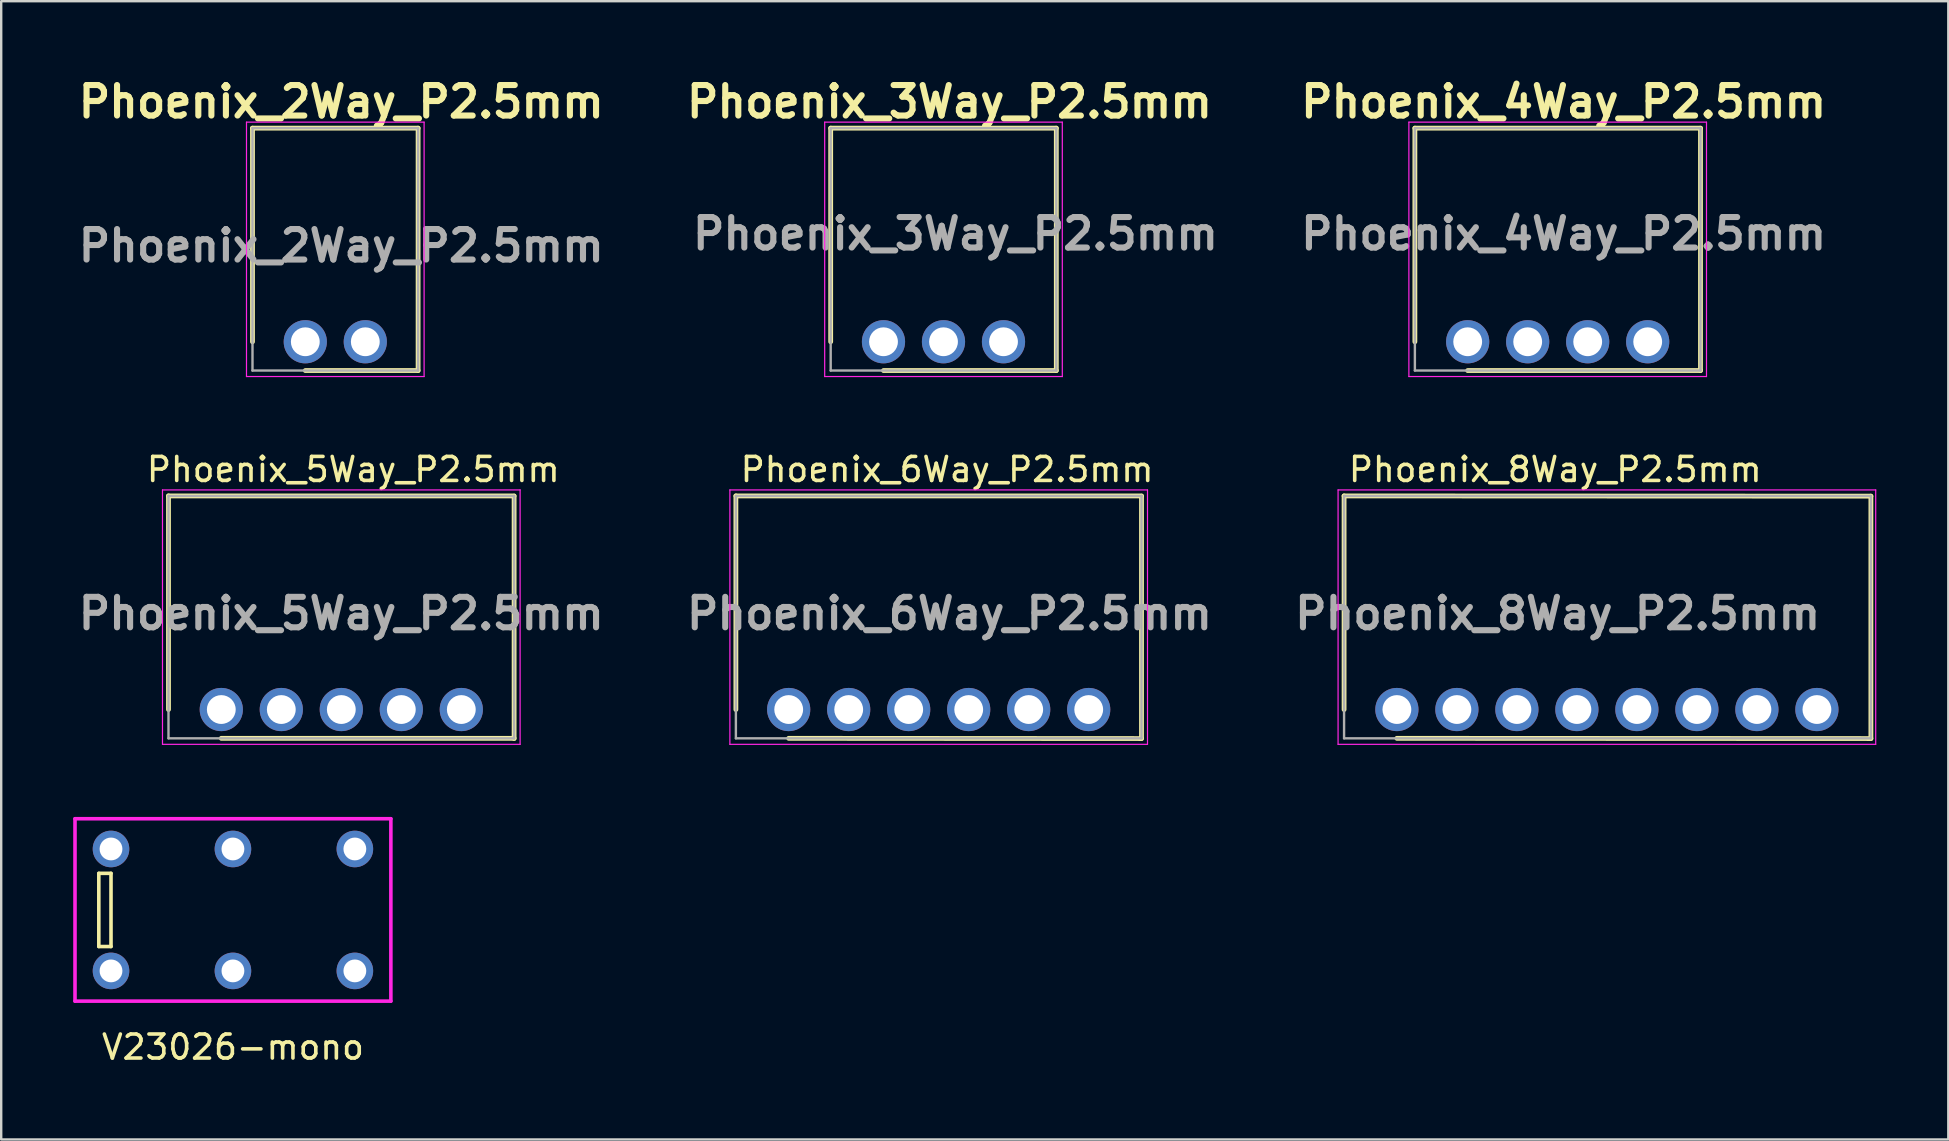
<source format=kicad_pcb>
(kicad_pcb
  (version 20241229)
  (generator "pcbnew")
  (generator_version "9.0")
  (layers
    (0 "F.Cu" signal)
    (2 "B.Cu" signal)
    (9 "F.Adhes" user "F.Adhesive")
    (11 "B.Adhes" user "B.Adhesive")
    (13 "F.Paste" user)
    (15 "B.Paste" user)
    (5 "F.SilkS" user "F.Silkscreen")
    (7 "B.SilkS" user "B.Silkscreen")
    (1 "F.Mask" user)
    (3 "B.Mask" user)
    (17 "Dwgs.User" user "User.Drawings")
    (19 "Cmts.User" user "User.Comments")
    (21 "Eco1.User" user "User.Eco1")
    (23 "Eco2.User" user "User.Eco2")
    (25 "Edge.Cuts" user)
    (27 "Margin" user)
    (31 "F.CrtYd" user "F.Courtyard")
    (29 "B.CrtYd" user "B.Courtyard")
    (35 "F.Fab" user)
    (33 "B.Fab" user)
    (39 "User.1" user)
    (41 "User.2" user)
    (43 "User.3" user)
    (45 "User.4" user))
  (footprint "Phoenix_6Way_P2.5mm"
    (layer "F.Cu")
    (at 29.81 26.512)
    (property "Reference" "Phoenix_6Way_P2.5mm" (at 6.6 -10 0) (layer "F.SilkS") (effects (font (size 1 1) (thickness 0.15))))
    (attr through_hole)
    (fp_line (start -2.2 -8.9) (end -2.2 0) (stroke (width 0.2) (type solid)) (layer "F.SilkS"))
    (fp_line (start 0 1.2) (end 14.7 1.21) (stroke (width 0.2) (type solid)) (layer "F.SilkS"))
    (fp_line (start 14.7 -8.9) (end -2.2 -8.9) (stroke (width 0.2) (type solid)) (layer "F.SilkS"))
    (fp_line (start 14.7 1.21) (end 14.7 -8.89) (stroke (width 0.2) (type solid)) (layer "F.SilkS"))
    (fp_line (start -2.45 -9.15) (end 14.95 -9.15) (stroke (width 0.05) (type solid)) (layer "F.CrtYd"))
    (fp_line (start -2.45 1.45) (end -2.45 -9.15) (stroke (width 0.05) (type solid)) (layer "F.CrtYd"))
    (fp_line (start 14.95 -9.15) (end 14.95 1.45) (stroke (width 0.05) (type solid)) (layer "F.CrtYd"))
    (fp_line (start 14.95 1.45) (end -2.45 1.45) (stroke (width 0.05) (type solid)) (layer "F.CrtYd"))
    (fp_line (start -2.2 -8.9) (end 14.7 -8.9) (stroke (width 0.1) (type solid)) (layer "F.Fab"))
    (fp_line (start -2.2 1.2) (end -2.2 -8.9) (stroke (width 0.1) (type solid)) (layer "F.Fab"))
    (fp_line (start 14.7 -8.9) (end 14.7 1.2) (stroke (width 0.1) (type solid)) (layer "F.Fab"))
    (fp_line (start 14.7 1.2) (end -2.2 1.2) (stroke (width 0.1) (type solid)) (layer "F.Fab"))
    (fp_text user "${REFERENCE}" (at 6.7 -4 0) (layer "F.Fab") (effects (font (size 1.27 1.27) (thickness 0.254))))
    (pad "1" thru_hole circle (at 0 0) (size 1.8 1.8) (drill 1.2) (layers "*.Cu" "*.Mask"))
    (pad "2" thru_hole circle (at 2.5 0) (size 1.8 1.8) (drill 1.2) (layers "*.Cu" "*.Mask"))
    (pad "3" thru_hole circle (at 5 0) (size 1.8 1.8) (drill 1.2) (layers "*.Cu" "*.Mask"))
    (pad "4" thru_hole circle (at 7.5 0) (size 1.8 1.8) (drill 1.2) (layers "*.Cu" "*.Mask"))
    (pad "5" thru_hole circle (at 10 0) (size 1.8 1.8) (drill 1.2) (layers "*.Cu" "*.Mask"))
    (pad "6" thru_hole circle (at 12.5 0) (size 1.8 1.8) (drill 1.2) (layers "*.Cu" "*.Mask")))
  (footprint "Phoenix_4Way_P2.5mm"
    (layer "F.Cu")
    (at 58.1 11.189)
    (property "Reference" "Phoenix_4Way_P2.5mm" (at 4 -10 0) (layer "F.SilkS") (effects (font (size 1.27 1.27) (thickness 0.254))))
    (attr through_hole)
    (fp_line (start -2.2 -8.9) (end -2.2 0) (stroke (width 0.2) (type solid)) (layer "F.SilkS"))
    (fp_line (start 0 1.2) (end 9.7 1.2) (stroke (width 0.2) (type solid)) (layer "F.SilkS"))
    (fp_line (start 9.7 -8.9) (end -2.2 -8.9) (stroke (width 0.2) (type solid)) (layer "F.SilkS"))
    (fp_line (start 9.7 1.2) (end 9.7 -8.9) (stroke (width 0.2) (type solid)) (layer "F.SilkS"))
    (fp_line (start -2.45 -9.15) (end 9.95 -9.15) (stroke (width 0.05) (type solid)) (layer "F.CrtYd"))
    (fp_line (start -2.45 1.45) (end -2.45 -9.15) (stroke (width 0.05) (type solid)) (layer "F.CrtYd"))
    (fp_line (start 9.95 -9.15) (end 9.95 1.45) (stroke (width 0.05) (type solid)) (layer "F.CrtYd"))
    (fp_line (start 9.95 1.45) (end -2.45 1.45) (stroke (width 0.05) (type solid)) (layer "F.CrtYd"))
    (fp_line (start -2.2 -8.9) (end 9.7 -8.9) (stroke (width 0.1) (type solid)) (layer "F.Fab"))
    (fp_line (start -2.2 1.2) (end -2.2 -8.9) (stroke (width 0.1) (type solid)) (layer "F.Fab"))
    (fp_line (start 9.7 -8.9) (end 9.7 1.2) (stroke (width 0.1) (type solid)) (layer "F.Fab"))
    (fp_line (start 9.7 1.2) (end -2.2 1.2) (stroke (width 0.1) (type solid)) (layer "F.Fab"))
    (fp_text user "${REFERENCE}" (at 4 -4.5 0) (layer "F.Fab") (effects (font (size 1.27 1.27) (thickness 0.254))))
    (pad "1" thru_hole circle (at 0 0) (size 1.8 1.8) (drill 1.2) (layers "*.Cu" "*.Mask"))
    (pad "2" thru_hole circle (at 2.5 0) (size 1.8 1.8) (drill 1.2) (layers "*.Cu" "*.Mask"))
    (pad "3" thru_hole circle (at 5 0) (size 1.8 1.8) (drill 1.2) (layers "*.Cu" "*.Mask"))
    (pad "4" thru_hole circle (at 7.5 0) (size 1.8 1.8) (drill 1.2) (layers "*.Cu" "*.Mask")))
  (footprint "Phoenix_8Way_P2.5mm"
    (layer "F.Cu")
    (at 55.15 26.512)
    (property "Reference" "Phoenix_8Way_P2.5mm" (at 6.6 -10 0) (layer "F.SilkS") (effects (font (size 1 1) (thickness 0.15))))
    (attr through_hole)
    (fp_line (start -2.2 -8.9) (end -2.2 0) (stroke (width 0.2) (type solid)) (layer "F.SilkS"))
    (fp_line (start 0 1.2) (end 19.75 1.21) (stroke (width 0.2) (type solid)) (layer "F.SilkS"))
    (fp_line (start 19.75 -8.89) (end -2.2 -8.9) (stroke (width 0.2) (type solid)) (layer "F.SilkS"))
    (fp_line (start 19.75 1.21) (end 19.75 -8.89) (stroke (width 0.2) (type solid)) (layer "F.SilkS"))
    (fp_line (start -2.45 -9.15) (end 19.95 -9.15) (stroke (width 0.05) (type solid)) (layer "F.CrtYd"))
    (fp_line (start -2.45 1.45) (end -2.45 -9.15) (stroke (width 0.05) (type solid)) (layer "F.CrtYd"))
    (fp_line (start 19.95 -9.15) (end 19.95 1.45) (stroke (width 0.05) (type solid)) (layer "F.CrtYd"))
    (fp_line (start 19.95 1.45) (end -2.45 1.45) (stroke (width 0.05) (type solid)) (layer "F.CrtYd"))
    (fp_line (start -2.2 -8.9) (end 19.75 -8.9) (stroke (width 0.1) (type solid)) (layer "F.Fab"))
    (fp_line (start -2.2 1.2) (end -2.2 -8.9) (stroke (width 0.1) (type solid)) (layer "F.Fab"))
    (fp_line (start 19.75 -8.9) (end 19.75 1.2) (stroke (width 0.1) (type solid)) (layer "F.Fab"))
    (fp_line (start 19.75 1.2) (end -2.2 1.2) (stroke (width 0.1) (type solid)) (layer "F.Fab"))
    (fp_text user "${REFERENCE}" (at 6.7 -4 0) (layer "F.Fab") (effects (font (size 1.27 1.27) (thickness 0.254))))
    (pad "1" thru_hole circle (at 0 0) (size 1.8 1.8) (drill 1.2) (layers "*.Cu" "*.Mask"))
    (pad "2" thru_hole circle (at 2.5 0) (size 1.8 1.8) (drill 1.2) (layers "*.Cu" "*.Mask"))
    (pad "3" thru_hole circle (at 5 0) (size 1.8 1.8) (drill 1.2) (layers "*.Cu" "*.Mask"))
    (pad "4" thru_hole circle (at 7.5 0) (size 1.8 1.8) (drill 1.2) (layers "*.Cu" "*.Mask"))
    (pad "5" thru_hole circle (at 10 0) (size 1.8 1.8) (drill 1.2) (layers "*.Cu" "*.Mask"))
    (pad "6" thru_hole circle (at 12.5 0) (size 1.8 1.8) (drill 1.2) (layers "*.Cu" "*.Mask"))
    (pad "7" thru_hole circle (at 15 0) (size 1.8 1.8) (drill 1.2) (layers "*.Cu" "*.Mask"))
    (pad "8" thru_hole circle (at 17.5 0) (size 1.8 1.8) (drill 1.2) (layers "*.Cu" "*.Mask")))
  (footprint "Phoenix_2Way_P2.5mm"
    (layer "F.Cu")
    (at 9.67 11.189)
    (property "Reference" "Phoenix_2Way_P2.5mm" (at 1.5 -10 0) (layer "F.SilkS") (effects (font (size 1.27 1.27) (thickness 0.254))))
    (attr through_hole)
    (fp_line (start -2.2 -8.9) (end -2.2 0) (stroke (width 0.2) (type solid)) (layer "F.SilkS"))
    (fp_line (start 0 1.2) (end 4.7 1.2) (stroke (width 0.2) (type solid)) (layer "F.SilkS"))
    (fp_line (start 4.7 -8.9) (end -2.2 -8.9) (stroke (width 0.2) (type solid)) (layer "F.SilkS"))
    (fp_line (start 4.7 1.2) (end 4.7 -8.9) (stroke (width 0.2) (type solid)) (layer "F.SilkS"))
    (fp_line (start -2.45 -9.15) (end 4.95 -9.15) (stroke (width 0.05) (type solid)) (layer "F.CrtYd"))
    (fp_line (start -2.45 1.45) (end -2.45 -9.15) (stroke (width 0.05) (type solid)) (layer "F.CrtYd"))
    (fp_line (start 4.95 -9.15) (end 4.95 1.45) (stroke (width 0.05) (type solid)) (layer "F.CrtYd"))
    (fp_line (start 4.95 1.45) (end -2.45 1.45) (stroke (width 0.05) (type solid)) (layer "F.CrtYd"))
    (fp_line (start -2.2 -8.9) (end 4.7 -8.9) (stroke (width 0.1) (type solid)) (layer "F.Fab"))
    (fp_line (start -2.2 1.2) (end -2.2 -8.9) (stroke (width 0.1) (type solid)) (layer "F.Fab"))
    (fp_line (start 4.7 -8.9) (end 4.7 1.2) (stroke (width 0.1) (type solid)) (layer "F.Fab"))
    (fp_line (start 4.7 1.2) (end -2.2 1.2) (stroke (width 0.1) (type solid)) (layer "F.Fab"))
    (fp_text user "${REFERENCE}" (at 1.5 -4 0) (layer "F.Fab") (effects (font (size 1.27 1.27) (thickness 0.254))))
    (pad "1" thru_hole circle (at 0 0) (size 1.8 1.8) (drill 1.2) (layers "*.Cu" "*.Mask"))
    (pad "2" thru_hole circle (at 2.5 0) (size 1.8 1.8) (drill 1.2) (layers "*.Cu" "*.Mask")))
  (footprint "Phoenix_5Way_P2.5mm"
    (layer "F.Cu")
    (at 6.17 26.512)
    (property "Reference" "Phoenix_5Way_P2.5mm" (at 5.5 -10 0) (layer "F.SilkS") (effects (font (size 1 1) (thickness 0.15))))
    (attr through_hole)
    (fp_line (start -2.2 -8.9) (end -2.2 0) (stroke (width 0.2) (type solid)) (layer "F.SilkS"))
    (fp_line (start 0 1.2) (end 12.2 1.2) (stroke (width 0.2) (type solid)) (layer "F.SilkS"))
    (fp_line (start 12.2 -8.9) (end -2.2 -8.9) (stroke (width 0.2) (type solid)) (layer "F.SilkS"))
    (fp_line (start 12.2 1.21) (end 12.2 -8.89) (stroke (width 0.2) (type solid)) (layer "F.SilkS"))
    (fp_line (start -2.45 -9.15) (end 12.45 -9.15) (stroke (width 0.05) (type solid)) (layer "F.CrtYd"))
    (fp_line (start -2.45 1.45) (end -2.45 -9.15) (stroke (width 0.05) (type solid)) (layer "F.CrtYd"))
    (fp_line (start 12.45 -9.15) (end 12.45 1.45) (stroke (width 0.05) (type solid)) (layer "F.CrtYd"))
    (fp_line (start 12.45 1.45) (end -2.45 1.45) (stroke (width 0.05) (type solid)) (layer "F.CrtYd"))
    (fp_line (start -2.2 -8.9) (end 12.2 -8.9) (stroke (width 0.1) (type solid)) (layer "F.Fab"))
    (fp_line (start -2.2 1.2) (end -2.2 -8.9) (stroke (width 0.1) (type solid)) (layer "F.Fab"))
    (fp_line (start 12.2 -8.9) (end 12.2 1.2) (stroke (width 0.1) (type solid)) (layer "F.Fab"))
    (fp_line (start 12.2 1.2) (end -2.2 1.2) (stroke (width 0.1) (type solid)) (layer "F.Fab"))
    (fp_text user "${REFERENCE}" (at 5 -4 0) (layer "F.Fab") (effects (font (size 1.27 1.27) (thickness 0.254))))
    (pad "1" thru_hole circle (at 0 0) (size 1.8 1.8) (drill 1.2) (layers "*.Cu" "*.Mask"))
    (pad "2" thru_hole circle (at 2.5 0) (size 1.8 1.8) (drill 1.2) (layers "*.Cu" "*.Mask"))
    (pad "3" thru_hole circle (at 5 0) (size 1.8 1.8) (drill 1.2) (layers "*.Cu" "*.Mask"))
    (pad "4" thru_hole circle (at 7.5 0) (size 1.8 1.8) (drill 1.2) (layers "*.Cu" "*.Mask"))
    (pad "5" thru_hole circle (at 10 0) (size 1.8 1.8) (drill 1.2) (layers "*.Cu" "*.Mask")))
  (footprint "V23026-mono"
    (layer "F.Cu")
    (at 6.655 34.862)
    (property "Reference" "V23026-mono" (at 0 5.715 180) (layer "F.SilkS") (effects (font (size 1 1) (thickness 0.15))))
    (attr through_hole)
    (fp_line (start -5.588 -1.524) (end -5.08 -1.524) (stroke (width 0.15) (type solid)) (layer "F.SilkS"))
    (fp_line (start -5.588 1.524) (end -5.588 -1.524) (stroke (width 0.15) (type solid)) (layer "F.SilkS"))
    (fp_line (start -5.08 -1.524) (end -5.08 1.524) (stroke (width 0.15) (type solid)) (layer "F.SilkS"))
    (fp_line (start -5.08 1.524) (end -5.588 1.524) (stroke (width 0.15) (type solid)) (layer "F.SilkS"))
    (fp_line (start -6.58 -3.8) (end -6.58 3.8) (stroke (width 0.15) (type solid)) (layer "F.CrtYd"))
    (fp_line (start -6.58 3.8) (end 6.58 3.8) (stroke (width 0.15) (type solid)) (layer "F.CrtYd"))
    (fp_line (start 6.58 -3.8) (end -6.58 -3.8) (stroke (width 0.15) (type solid)) (layer "F.CrtYd"))
    (fp_line (start 6.58 -3.8) (end 6.58 3.8) (stroke (width 0.15) (type solid)) (layer "F.CrtYd"))
    (pad "1" thru_hole circle (at -5.08 2.54) (size 1.524 1.524) (drill 0.95) (layers "*.Cu" "*.Mask"))
    (pad "3" thru_hole circle (at 0 2.54) (size 1.524 1.524) (drill 0.95) (layers "*.Cu" "*.Mask"))
    (pad "5" thru_hole circle (at 5.08 2.54) (size 1.524 1.524) (drill 0.95) (layers "*.Cu" "*.Mask"))
    (pad "6" thru_hole circle (at 5.08 -2.54) (size 1.524 1.524) (drill 0.95) (layers "*.Cu" "*.Mask"))
    (pad "8" thru_hole circle (at 0 -2.54) (size 1.524 1.524) (drill 0.95) (layers "*.Cu" "*.Mask"))
    (pad "10" thru_hole circle (at -5.08 -2.54) (size 1.524 1.524) (drill 0.95) (layers "*.Cu" "*.Mask")))
  (footprint "Phoenix_3Way_P2.5mm"
    (layer "F.Cu")
    (at 33.76 11.189)
    (property "Reference" "Phoenix_3Way_P2.5mm" (at 2.75 -10 0) (layer "F.SilkS") (effects (font (size 1.27 1.27) (thickness 0.254))))
    (attr through_hole)
    (fp_line (start -2.2 -8.9) (end -2.2 0) (stroke (width 0.2) (type solid)) (layer "F.SilkS"))
    (fp_line (start 0 1.2) (end 7.2 1.2) (stroke (width 0.2) (type solid)) (layer "F.SilkS"))
    (fp_line (start 7.2 -8.9) (end -2.2 -8.9) (stroke (width 0.2) (type solid)) (layer "F.SilkS"))
    (fp_line (start 7.2 1.2) (end 7.2 -8.9) (stroke (width 0.2) (type solid)) (layer "F.SilkS"))
    (fp_line (start -2.45 -9.15) (end 7.45 -9.15) (stroke (width 0.05) (type solid)) (layer "F.CrtYd"))
    (fp_line (start -2.45 1.45) (end -2.45 -9.15) (stroke (width 0.05) (type solid)) (layer "F.CrtYd"))
    (fp_line (start 7.45 -9.15) (end 7.45 1.45) (stroke (width 0.05) (type solid)) (layer "F.CrtYd"))
    (fp_line (start 7.45 1.45) (end -2.45 1.45) (stroke (width 0.05) (type solid)) (layer "F.CrtYd"))
    (fp_line (start -2.2 -8.9) (end 7.2 -8.9) (stroke (width 0.1) (type solid)) (layer "F.Fab"))
    (fp_line (start -2.2 1.2) (end -2.2 -8.9) (stroke (width 0.1) (type solid)) (layer "F.Fab"))
    (fp_line (start 7.2 -8.9) (end 7.2 1.2) (stroke (width 0.1) (type solid)) (layer "F.Fab"))
    (fp_line (start 7.2 1.2) (end -2.2 1.2) (stroke (width 0.1) (type solid)) (layer "F.Fab"))
    (fp_text user "${REFERENCE}" (at 3 -4.5 0) (layer "F.Fab") (effects (font (size 1.27 1.27) (thickness 0.254))))
    (pad "1" thru_hole circle (at 0 0) (size 1.8 1.8) (drill 1.2) (layers "*.Cu" "*.Mask"))
    (pad "2" thru_hole circle (at 2.5 0) (size 1.8 1.8) (drill 1.2) (layers "*.Cu" "*.Mask"))
    (pad "3" thru_hole circle (at 5 0) (size 1.8 1.8) (drill 1.2) (layers "*.Cu" "*.Mask")))
  (gr_rect
    (start -3 -3)
    (end 78.125 44.425)
    (stroke (width 0.1) (type default))
    (fill no)
    (layer "Edge.Cuts")))
</source>
